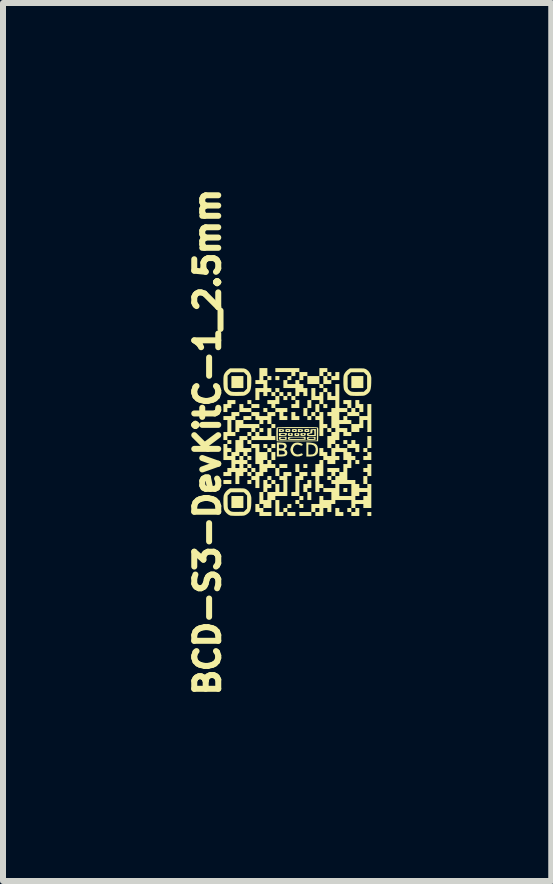
<source format=kicad_pcb>
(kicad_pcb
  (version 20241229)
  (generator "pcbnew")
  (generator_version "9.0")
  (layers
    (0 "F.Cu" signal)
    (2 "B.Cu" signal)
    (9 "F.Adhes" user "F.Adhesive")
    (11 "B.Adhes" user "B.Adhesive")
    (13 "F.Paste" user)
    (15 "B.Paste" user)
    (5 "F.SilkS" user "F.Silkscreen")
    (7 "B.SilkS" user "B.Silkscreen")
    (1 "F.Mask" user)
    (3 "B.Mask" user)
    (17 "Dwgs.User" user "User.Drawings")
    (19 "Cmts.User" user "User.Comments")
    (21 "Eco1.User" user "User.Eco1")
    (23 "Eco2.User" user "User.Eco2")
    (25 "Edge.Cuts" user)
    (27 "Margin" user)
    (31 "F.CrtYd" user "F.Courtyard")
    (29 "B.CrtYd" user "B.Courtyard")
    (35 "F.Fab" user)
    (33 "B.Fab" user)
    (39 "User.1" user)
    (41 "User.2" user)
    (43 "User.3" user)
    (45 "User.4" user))
  (footprint "BCD-S3-DevKitC-1_2.5mm"
    (layer "F.Cu")
    (at 1.908 4.32)
    (property "Reference" "BCD-S3-DevKitC-1_2.5mm" (at -1.499 0 90) (layer "F.SilkS") (effects (font (size 0.4 0.4) (thickness 0.1) (bold yes))))
    (attr board_only exclude_from_pos_files exclude_from_bom)
    (fp_poly (pts (xy -1.1 0.667) (xy -1.1 0.7) (xy -1.167 0.7) (xy -1.233 0.7) (xy -1.233 0.667) (xy -1.233 0.633) (xy -1.167 0.633) (xy -1.1 0.633)) (stroke (width 0) (type solid)) (fill yes) (layer "F.SilkS"))
    (fp_poly (pts (xy -0.9 -1) (xy -0.9 -0.9) (xy -1 -0.9) (xy -1.1 -0.9) (xy -1.1 -1) (xy -1.1 -1.1) (xy -1 -1.1) (xy -0.9 -1.1)) (stroke (width 0) (type solid)) (fill yes) (layer "F.SilkS"))
    (fp_poly (pts (xy -0.9 1) (xy -0.9 1.1) (xy -1 1.1) (xy -1.1 1.1) (xy -1.1 1) (xy -1.1 0.9) (xy -1 0.9) (xy -0.9 0.9)) (stroke (width 0) (type solid)) (fill yes) (layer "F.SilkS"))
    (fp_poly (pts (xy -0.767 -0.667) (xy -0.767 -0.633) (xy -0.8 -0.633) (xy -0.833 -0.633) (xy -0.833 -0.667) (xy -0.833 -0.7) (xy -0.8 -0.7) (xy -0.767 -0.7)) (stroke (width 0) (type solid)) (fill yes) (layer "F.SilkS"))
    (fp_poly (pts (xy -0.767 0.267) (xy -0.767 0.3) (xy -0.8 0.3) (xy -0.833 0.3) (xy -0.833 0.267) (xy -0.833 0.233) (xy -0.8 0.233) (xy -0.767 0.233)) (stroke (width 0) (type solid)) (fill yes) (layer "F.SilkS"))
    (fp_poly (pts (xy -0.767 0.4) (xy -0.767 0.433) (xy -0.8 0.433) (xy -0.833 0.433) (xy -0.833 0.4) (xy -0.833 0.367) (xy -0.8 0.367) (xy -0.767 0.367)) (stroke (width 0) (type solid)) (fill yes) (layer "F.SilkS"))
    (fp_poly (pts (xy -0.7 0.467) (xy -0.7 0.5) (xy -0.733 0.5) (xy -0.767 0.5) (xy -0.767 0.467) (xy -0.767 0.433) (xy -0.733 0.433) (xy -0.7 0.433)) (stroke (width 0) (type solid)) (fill yes) (layer "F.SilkS"))
    (fp_poly (pts (xy -0.567 -0.2) (xy -0.567 -0.167) (xy -0.6 -0.167) (xy -0.633 -0.167) (xy -0.633 -0.2) (xy -0.633 -0.233) (xy -0.6 -0.233) (xy -0.567 -0.233)) (stroke (width 0) (type solid)) (fill yes) (layer "F.SilkS"))
    (fp_poly (pts (xy -0.3 -1.067) (xy -0.3 -1.033) (xy -0.333 -1.033) (xy -0.367 -1.033) (xy -0.367 -1.067) (xy -0.367 -1.1) (xy -0.333 -1.1) (xy -0.3 -1.1)) (stroke (width 0) (type solid)) (fill yes) (layer "F.SilkS"))
    (fp_poly (pts (xy -0.033 1.2) (xy -0.033 1.233) (xy -0.1 1.233) (xy -0.167 1.233) (xy -0.167 1.2) (xy -0.167 1.167) (xy -0.1 1.167) (xy -0.033 1.167)) (stroke (width 0) (type solid)) (fill yes) (layer "F.SilkS"))
    (fp_poly (pts (xy 0.033 0.433) (xy 0.033 0.5) (xy 0 0.5) (xy -0.033 0.5) (xy -0.033 0.433) (xy -0.033 0.367) (xy 0 0.367) (xy 0.033 0.367)) (stroke (width 0) (type solid)) (fill yes) (layer "F.SilkS"))
    (fp_poly (pts (xy 0.1 1.067) (xy 0.1 1.1) (xy 0.067 1.1) (xy 0.033 1.1) (xy 0.033 1.067) (xy 0.033 1.033) (xy 0.067 1.033) (xy 0.1 1.033)) (stroke (width 0) (type solid)) (fill yes) (layer "F.SilkS"))
    (fp_poly (pts (xy 0.167 0.4) (xy 0.167 0.433) (xy 0.133 0.433) (xy 0.1 0.433) (xy 0.1 0.4) (xy 0.1 0.367) (xy 0.133 0.367) (xy 0.167 0.367)) (stroke (width 0) (type solid)) (fill yes) (layer "F.SilkS"))
    (fp_poly (pts (xy 0.233 0.9) (xy 0.233 0.967) (xy 0.2 0.967) (xy 0.167 0.967) (xy 0.167 0.9) (xy 0.167 0.833) (xy 0.2 0.833) (xy 0.233 0.833)) (stroke (width 0) (type solid)) (fill yes) (layer "F.SilkS"))
    (fp_poly (pts (xy 0.367 -0.567) (xy 0.367 -0.5) (xy 0.333 -0.5) (xy 0.3 -0.5) (xy 0.3 -0.567) (xy 0.3 -0.633) (xy 0.333 -0.633) (xy 0.367 -0.633)) (stroke (width 0) (type solid)) (fill yes) (layer "F.SilkS"))
    (fp_poly (pts (xy 0.5 -0.6) (xy 0.5 -0.567) (xy 0.467 -0.567) (xy 0.433 -0.567) (xy 0.433 -0.6) (xy 0.433 -0.633) (xy 0.467 -0.633) (xy 0.5 -0.633)) (stroke (width 0) (type solid)) (fill yes) (layer "F.SilkS"))
    (fp_poly (pts (xy 0.833 0.8) (xy 0.833 0.833) (xy 0.8 0.833) (xy 0.767 0.833) (xy 0.767 0.8) (xy 0.767 0.767) (xy 0.8 0.767) (xy 0.833 0.767)) (stroke (width 0) (type solid)) (fill yes) (layer "F.SilkS"))
    (fp_poly (pts (xy 1.033 0.333) (xy 1.033 0.367) (xy 1 0.367) (xy 0.967 0.367) (xy 0.967 0.333) (xy 0.967 0.3) (xy 1 0.3) (xy 1.033 0.3)) (stroke (width 0) (type solid)) (fill yes) (layer "F.SilkS"))
    (fp_poly (pts (xy 1.1 -1) (xy 1.1 -0.9) (xy 1 -0.9) (xy 0.9 -0.9) (xy 0.9 -1) (xy 0.9 -1.1) (xy 1 -1.1) (xy 1.1 -1.1)) (stroke (width 0) (type solid)) (fill yes) (layer "F.SilkS"))
    (fp_poly (pts (xy 1.233 1.2) (xy 1.233 1.233) (xy 1.2 1.233) (xy 1.167 1.233) (xy 1.167 1.2) (xy 1.167 1.167) (xy 1.2 1.167) (xy 1.233 1.167)) (stroke (width 0) (type solid)) (fill yes) (layer "F.SilkS"))
    (fp_poly (pts (xy -0.033 -0.467) (xy -0.033 -0.433) (xy 0 -0.433) (xy 0.033 -0.433) (xy 0.033 -0.4) (xy 0.033 -0.367) (xy -0.033 -0.367) (xy -0.1 -0.367) (xy -0.1 -0.433) (xy -0.1 -0.5) (xy -0.067 -0.5) (xy -0.033 -0.5)) (stroke (width 0) (type solid)) (fill yes) (layer "F.SilkS"))
    (fp_poly (pts (xy 0.033 -0.633) (xy 0.033 -0.567) (xy -0.033 -0.567) (xy -0.1 -0.567) (xy -0.1 -0.6) (xy -0.1 -0.633) (xy -0.067 -0.633) (xy -0.033 -0.633) (xy -0.033 -0.667) (xy -0.033 -0.7) (xy 0 -0.7) (xy 0.033 -0.7)) (stroke (width 0) (type solid)) (fill yes) (layer "F.SilkS"))
    (fp_poly (pts (xy 0.7 1.133) (xy 0.7 1.167) (xy 0.733 1.167) (xy 0.767 1.167) (xy 0.767 1.2) (xy 0.767 1.233) (xy 0.7 1.233) (xy 0.633 1.233) (xy 0.633 1.167) (xy 0.633 1.1) (xy 0.667 1.1) (xy 0.7 1.1)) (stroke (width 0) (type solid)) (fill yes) (layer "F.SilkS"))
    (fp_poly (pts (xy 1.233 0.233) (xy 1.233 0.3) (xy 1.167 0.3) (xy 1.1 0.3) (xy 1.1 0.267) (xy 1.1 0.233) (xy 1.133 0.233) (xy 1.167 0.233) (xy 1.167 0.2) (xy 1.167 0.167) (xy 1.2 0.167) (xy 1.233 0.167)) (stroke (width 0) (type solid)) (fill yes) (layer "F.SilkS"))
    (fp_poly (pts (xy 0.1 0.933) (xy 0.1 0.967) (xy 0.067 0.967) (xy 0.033 0.967) (xy 0.033 1) (xy 0.033 1.033) (xy 0 1.033) (xy -0.033 1.033) (xy -0.033 1) (xy -0.033 0.967) (xy 0 0.967) (xy 0.033 0.967) (xy 0.033 0.933) (xy 0.033 0.9) (xy 0.067 0.9) (xy 0.1 0.9)) (stroke (width 0) (type solid)) (fill yes) (layer "F.SilkS"))
    (fp_poly (pts (xy 0.233 0.7) (xy 0.233 0.767) (xy 0.2 0.767) (xy 0.167 0.767) (xy 0.167 0.8) (xy 0.167 0.833) (xy 0.133 0.833) (xy 0.1 0.833) (xy 0.1 0.767) (xy 0.1 0.7) (xy 0.133 0.7) (xy 0.167 0.7) (xy 0.167 0.667) (xy 0.167 0.633) (xy 0.2 0.633) (xy 0.233 0.633)) (stroke (width 0) (type solid)) (fill yes) (layer "F.SilkS"))
    (fp_poly (pts (xy 1.233 0) (xy 1.233 0.1) (xy 1.2 0.1) (xy 1.167 0.1) (xy 1.167 0.133) (xy 1.167 0.167) (xy 1.133 0.167) (xy 1.1 0.167) (xy 1.1 0.133) (xy 1.1 0.1) (xy 1.133 0.1) (xy 1.167 0.1) (xy 1.167 0) (xy 1.167 -0.1) (xy 1.2 -0.1) (xy 1.233 -0.1)) (stroke (width 0) (type solid)) (fill yes) (layer "F.SilkS"))
    (fp_poly (pts (xy -1.033 -0.667) (xy -1.033 -0.633) (xy -1.067 -0.633) (xy -1.1 -0.633) (xy -1.1 -0.6) (xy -1.1 -0.567) (xy -1.133 -0.567) (xy -1.167 -0.567) (xy -1.167 -0.533) (xy -1.167 -0.5) (xy -1.2 -0.5) (xy -1.233 -0.5) (xy -1.233 -0.567) (xy -1.233 -0.633) (xy -1.2 -0.633) (xy -1.167 -0.633) (xy -1.167 -0.667) (xy -1.167 -0.7) (xy -1.1 -0.7) (xy -1.033 -0.7)) (stroke (width 0) (type solid)) (fill yes) (layer "F.SilkS"))
    (fp_poly (pts (xy -0.265 -0.215) (xy -0.239 -0.213) (xy -0.226 -0.209) (xy -0.221 -0.2) (xy -0.221 -0.192) (xy -0.222 -0.179) (xy -0.229 -0.173) (xy -0.246 -0.17) (xy -0.265 -0.168) (xy -0.308 -0.166) (xy -0.308 -0.192) (xy -0.283 -0.192) (xy -0.276 -0.185) (xy -0.267 -0.183) (xy -0.253 -0.187) (xy -0.25 -0.192) (xy -0.257 -0.198) (xy -0.267 -0.2) (xy -0.28 -0.197) (xy -0.283 -0.192) (xy -0.308 -0.192) (xy -0.308 -0.218)) (stroke (width 0) (type solid)) (fill yes) (layer "F.SilkS"))
    (fp_poly (pts (xy 0.052 -0.215) (xy 0.078 -0.213) (xy 0.091 -0.209) (xy 0.095 -0.2) (xy 0.096 -0.192) (xy 0.094 -0.179) (xy 0.087 -0.173) (xy 0.07 -0.17) (xy 0.052 -0.168) (xy 0.008 -0.166) (xy 0.008 -0.192) (xy 0.033 -0.192) (xy 0.04 -0.185) (xy 0.05 -0.183) (xy 0.064 -0.187) (xy 0.067 -0.192) (xy 0.06 -0.198) (xy 0.05 -0.2) (xy 0.036 -0.197) (xy 0.033 -0.192) (xy 0.008 -0.192) (xy 0.008 -0.218)) (stroke (width 0) (type solid)) (fill yes) (layer "F.SilkS"))
    (fp_poly (pts (xy 0.167 0.533) (xy 0.167 0.567) (xy 0.133 0.567) (xy 0.1 0.567) (xy 0.1 0.6) (xy 0.1 0.633) (xy 0.067 0.633) (xy 0.033 0.633) (xy 0.033 0.767) (xy 0.033 0.9) (xy -0.033 0.9) (xy -0.1 0.9) (xy -0.1 0.867) (xy -0.1 0.833) (xy -0.067 0.833) (xy -0.033 0.833) (xy -0.033 0.7) (xy -0.033 0.567) (xy 0 0.567) (xy 0.033 0.567) (xy 0.033 0.533) (xy 0.033 0.5) (xy 0.1 0.5) (xy 0.167 0.5)) (stroke (width 0) (type solid)) (fill yes) (layer "F.SilkS"))
    (fp_poly (pts (xy 0.7 0.467) (xy 0.7 0.5) (xy 0.667 0.5) (xy 0.633 0.5) (xy 0.633 0.533) (xy 0.633 0.567) (xy 0.6 0.567) (xy 0.567 0.567) (xy 0.567 0.6) (xy 0.567 0.633) (xy 0.533 0.633) (xy 0.5 0.633) (xy 0.5 0.6) (xy 0.5 0.567) (xy 0.533 0.567) (xy 0.567 0.567) (xy 0.567 0.533) (xy 0.567 0.5) (xy 0.533 0.5) (xy 0.5 0.5) (xy 0.5 0.467) (xy 0.5 0.433) (xy 0.6 0.433) (xy 0.7 0.433)) (stroke (width 0) (type solid)) (fill yes) (layer "F.SilkS"))
    (fp_poly (pts (xy 1.233 0.467) (xy 1.233 0.567) (xy 1.2 0.567) (xy 1.167 0.567) (xy 1.167 0.633) (xy 1.167 0.7) (xy 1.133 0.7) (xy 1.1 0.7) (xy 1.1 0.633) (xy 1.1 0.567) (xy 1.133 0.567) (xy 1.167 0.567) (xy 1.167 0.533) (xy 1.167 0.5) (xy 1.133 0.5) (xy 1.1 0.5) (xy 1.1 0.467) (xy 1.1 0.433) (xy 1.133 0.433) (xy 1.167 0.433) (xy 1.167 0.4) (xy 1.167 0.367) (xy 1.2 0.367) (xy 1.233 0.367)) (stroke (width 0) (type solid)) (fill yes) (layer "F.SilkS"))
    (fp_poly (pts (xy -0.177 -0.127) (xy -0.179 -0.116) (xy -0.184 -0.109) (xy -0.196 -0.105) (xy -0.218 -0.103) (xy -0.244 -0.102) (xy -0.308 -0.099) (xy -0.308 -0.125) (xy -0.308 -0.127) (xy -0.281 -0.127) (xy -0.278 -0.121) (xy -0.261 -0.117) (xy -0.242 -0.117) (xy -0.215 -0.118) (xy -0.203 -0.122) (xy -0.202 -0.127) (xy -0.212 -0.134) (xy -0.235 -0.137) (xy -0.242 -0.138) (xy -0.266 -0.135) (xy -0.28 -0.129) (xy -0.281 -0.127) (xy -0.308 -0.127) (xy -0.308 -0.15) (xy -0.241 -0.15) (xy -0.174 -0.15)) (stroke (width 0) (type solid)) (fill yes) (layer "F.SilkS"))
    (fp_poly (pts (xy -0.134 -0.216) (xy -0.121 -0.213) (xy -0.117 -0.204) (xy -0.117 -0.192) (xy -0.118 -0.177) (xy -0.123 -0.169) (xy -0.138 -0.167) (xy -0.158 -0.167) (xy -0.183 -0.167) (xy -0.195 -0.171) (xy -0.2 -0.179) (xy -0.2 -0.192) (xy -0.175 -0.192) (xy -0.168 -0.185) (xy -0.158 -0.183) (xy -0.145 -0.187) (xy -0.142 -0.192) (xy -0.149 -0.198) (xy -0.158 -0.2) (xy -0.172 -0.197) (xy -0.175 -0.192) (xy -0.2 -0.192) (xy -0.199 -0.206) (xy -0.193 -0.214) (xy -0.179 -0.216) (xy -0.158 -0.217)) (stroke (width 0) (type solid)) (fill yes) (layer "F.SilkS"))
    (fp_poly (pts (xy -0.025 -0.216) (xy -0.013 -0.213) (xy -0.009 -0.204) (xy -0.008 -0.192) (xy -0.009 -0.177) (xy -0.015 -0.169) (xy -0.029 -0.167) (xy -0.05 -0.167) (xy -0.075 -0.167) (xy -0.087 -0.171) (xy -0.091 -0.179) (xy -0.092 -0.192) (xy -0.067 -0.192) (xy -0.06 -0.185) (xy -0.05 -0.183) (xy -0.036 -0.187) (xy -0.033 -0.192) (xy -0.04 -0.198) (xy -0.05 -0.2) (xy -0.064 -0.197) (xy -0.067 -0.192) (xy -0.092 -0.192) (xy -0.091 -0.206) (xy -0.085 -0.214) (xy -0.071 -0.216) (xy -0.05 -0.217)) (stroke (width 0) (type solid)) (fill yes) (layer "F.SilkS"))
    (fp_poly (pts (xy 0.183 -0.216) (xy 0.195 -0.213) (xy 0.2 -0.204) (xy 0.2 -0.192) (xy 0.199 -0.177) (xy 0.193 -0.169) (xy 0.179 -0.167) (xy 0.158 -0.167) (xy 0.134 -0.167) (xy 0.121 -0.171) (xy 0.117 -0.179) (xy 0.117 -0.192) (xy 0.142 -0.192) (xy 0.149 -0.185) (xy 0.158 -0.183) (xy 0.172 -0.187) (xy 0.175 -0.192) (xy 0.168 -0.198) (xy 0.158 -0.2) (xy 0.145 -0.197) (xy 0.142 -0.192) (xy 0.117 -0.192) (xy 0.118 -0.206) (xy 0.123 -0.214) (xy 0.138 -0.216) (xy 0.158 -0.217)) (stroke (width 0) (type solid)) (fill yes) (layer "F.SilkS"))
    (fp_poly (pts (xy -0.092 -0.149) (xy -0.08 -0.146) (xy -0.075 -0.137) (xy -0.075 -0.125) (xy -0.076 -0.11) (xy -0.082 -0.103) (xy -0.096 -0.1) (xy -0.117 -0.1) (xy -0.141 -0.101) (xy -0.154 -0.104) (xy -0.158 -0.113) (xy -0.158 -0.125) (xy -0.158 -0.129) (xy -0.133 -0.129) (xy -0.126 -0.119) (xy -0.117 -0.117) (xy -0.103 -0.122) (xy -0.1 -0.129) (xy -0.107 -0.139) (xy -0.117 -0.142) (xy -0.13 -0.136) (xy -0.133 -0.129) (xy -0.158 -0.129) (xy -0.157 -0.14) (xy -0.152 -0.147) (xy -0.137 -0.15) (xy -0.117 -0.15)) (stroke (width 0) (type solid)) (fill yes) (layer "F.SilkS"))
    (fp_poly (pts (xy 0.016 -0.149) (xy 0.029 -0.146) (xy 0.033 -0.137) (xy 0.033 -0.125) (xy 0.032 -0.11) (xy 0.027 -0.103) (xy 0.012 -0.1) (xy -0.008 -0.1) (xy -0.033 -0.101) (xy -0.045 -0.104) (xy -0.05 -0.113) (xy -0.05 -0.125) (xy -0.05 -0.129) (xy -0.025 -0.129) (xy -0.018 -0.119) (xy -0.008 -0.117) (xy 0.005 -0.122) (xy 0.008 -0.129) (xy 0.001 -0.139) (xy -0.008 -0.142) (xy -0.022 -0.136) (xy -0.025 -0.129) (xy -0.05 -0.129) (xy -0.049 -0.14) (xy -0.043 -0.147) (xy -0.029 -0.15) (xy -0.008 -0.15)) (stroke (width 0) (type solid)) (fill yes) (layer "F.SilkS"))
    (fp_poly (pts (xy -0.3 1.067) (xy -0.3 1.167) (xy -0.267 1.167) (xy -0.233 1.167) (xy -0.233 1.133) (xy -0.233 1.1) (xy -0.2 1.1) (xy -0.167 1.1) (xy -0.167 1.067) (xy -0.167 1.033) (xy -0.133 1.033) (xy -0.1 1.033) (xy -0.1 1.067) (xy -0.1 1.1) (xy -0.133 1.1) (xy -0.167 1.1) (xy -0.167 1.133) (xy -0.167 1.167) (xy -0.2 1.167) (xy -0.233 1.167) (xy -0.233 1.2) (xy -0.233 1.233) (xy -0.3 1.233) (xy -0.367 1.233) (xy -0.367 1.1) (xy -0.367 0.967) (xy -0.333 0.967) (xy -0.3 0.967)) (stroke (width 0) (type solid)) (fill yes) (layer "F.SilkS"))
    (fp_poly (pts (xy -0.179 -0.062) (xy -0.179 -0.037) (xy -0.24 -0.035) (xy -0.273 -0.034) (xy -0.293 -0.036) (xy -0.303 -0.041) (xy -0.305 -0.045) (xy -0.307 -0.062) (xy -0.283 -0.062) (xy -0.279 -0.055) (xy -0.263 -0.051) (xy -0.242 -0.05) (xy -0.215 -0.051) (xy -0.203 -0.056) (xy -0.2 -0.062) (xy -0.204 -0.07) (xy -0.22 -0.074) (xy -0.242 -0.075) (xy -0.268 -0.074) (xy -0.281 -0.069) (xy -0.283 -0.062) (xy -0.307 -0.062) (xy -0.308 -0.064) (xy -0.307 -0.072) (xy -0.303 -0.08) (xy -0.293 -0.085) (xy -0.274 -0.087) (xy -0.242 -0.087) (xy -0.179 -0.087)) (stroke (width 0) (type solid)) (fill yes) (layer "F.SilkS"))
    (fp_poly (pts (xy 0.123 -0.15) (xy 0.136 -0.147) (xy 0.141 -0.14) (xy 0.14 -0.128) (xy 0.14 -0.127) (xy 0.137 -0.113) (xy 0.128 -0.106) (xy 0.109 -0.102) (xy 0.1 -0.102) (xy 0.076 -0.101) (xy 0.059 -0.104) (xy 0.056 -0.105) (xy 0.051 -0.117) (xy 0.05 -0.13) (xy 0.083 -0.13) (xy 0.09 -0.119) (xy 0.101 -0.117) (xy 0.113 -0.121) (xy 0.115 -0.127) (xy 0.106 -0.137) (xy 0.093 -0.14) (xy 0.084 -0.134) (xy 0.083 -0.13) (xy 0.05 -0.13) (xy 0.05 -0.131) (xy 0.051 -0.142) (xy 0.058 -0.147) (xy 0.074 -0.15) (xy 0.096 -0.15)) (stroke (width 0) (type solid)) (fill yes) (layer "F.SilkS"))
    (fp_poly (pts (xy 0.21 0.01) (xy 0.261 0.017) (xy 0.298 0.029) (xy 0.322 0.049) (xy 0.334 0.068) (xy 0.342 0.099) (xy 0.344 0.135) (xy 0.341 0.169) (xy 0.334 0.191) (xy 0.311 0.217) (xy 0.277 0.234) (xy 0.229 0.241) (xy 0.21 0.242) (xy 0.15 0.242) (xy 0.15 0.125) (xy 0.183 0.125) (xy 0.183 0.208) (xy 0.223 0.208) (xy 0.257 0.205) (xy 0.279 0.194) (xy 0.281 0.192) (xy 0.296 0.172) (xy 0.304 0.15) (xy 0.306 0.11) (xy 0.294 0.077) (xy 0.27 0.054) (xy 0.235 0.043) (xy 0.22 0.042) (xy 0.183 0.042) (xy 0.183 0.125) (xy 0.15 0.125) (xy 0.15 0.124) (xy 0.15 0.006)) (stroke (width 0) (type solid)) (fill yes) (layer "F.SilkS"))
    (fp_poly (pts (xy 0.304 -0.062) (xy 0.304 -0.037) (xy 0.235 -0.035) (xy 0.2 -0.034) (xy 0.178 -0.036) (xy 0.166 -0.04) (xy 0.162 -0.045) (xy 0.159 -0.062) (xy 0.183 -0.062) (xy 0.187 -0.055) (xy 0.201 -0.051) (xy 0.227 -0.05) (xy 0.233 -0.05) (xy 0.262 -0.051) (xy 0.278 -0.054) (xy 0.283 -0.061) (xy 0.283 -0.062) (xy 0.279 -0.07) (xy 0.266 -0.074) (xy 0.239 -0.075) (xy 0.233 -0.075) (xy 0.204 -0.074) (xy 0.189 -0.071) (xy 0.183 -0.064) (xy 0.183 -0.062) (xy 0.159 -0.062) (xy 0.159 -0.064) (xy 0.16 -0.072) (xy 0.163 -0.08) (xy 0.172 -0.084) (xy 0.19 -0.087) (xy 0.22 -0.087) (xy 0.233 -0.087) (xy 0.304 -0.087)) (stroke (width 0) (type solid)) (fill yes) (layer "F.SilkS"))
    (fp_poly (pts (xy 0.053 0.018) (xy 0.063 0.022) (xy 0.084 0.034) (xy 0.091 0.044) (xy 0.084 0.054) (xy 0.08 0.057) (xy 0.067 0.062) (xy 0.049 0.056) (xy 0.045 0.054) (xy 0.009 0.043) (xy -0.024 0.046) (xy -0.05 0.065) (xy -0.066 0.091) (xy -0.074 0.127) (xy -0.067 0.159) (xy -0.05 0.185) (xy -0.024 0.202) (xy 0.007 0.208) (xy 0.041 0.2) (xy 0.05 0.196) (xy 0.07 0.189) (xy 0.081 0.193) (xy 0.091 0.206) (xy 0.086 0.217) (xy 0.067 0.229) (xy 0.034 0.239) (xy -0.006 0.241) (xy -0.043 0.235) (xy -0.063 0.226) (xy -0.089 0.202) (xy -0.108 0.169) (xy -0.116 0.134) (xy -0.117 0.128) (xy -0.111 0.097) (xy -0.096 0.064) (xy -0.075 0.036) (xy -0.059 0.023) (xy -0.026 0.011) (xy 0.014 0.009)) (stroke (width 0) (type solid)) (fill yes) (layer "F.SilkS"))
    (fp_poly (pts (xy -0.767 -0.4) (xy -0.767 -0.367) (xy -0.833 -0.367) (xy -0.9 -0.367) (xy -0.9 -0.333) (xy -0.9 -0.3) (xy -0.767 -0.3) (xy -0.633 -0.3) (xy -0.633 -0.267) (xy -0.633 -0.233) (xy -0.667 -0.233) (xy -0.7 -0.233) (xy -0.7 -0.2) (xy -0.7 -0.167) (xy -0.733 -0.167) (xy -0.767 -0.167) (xy -0.767 -0.133) (xy -0.767 -0.1) (xy -0.8 -0.1) (xy -0.833 -0.1) (xy -0.833 -0.133) (xy -0.833 -0.167) (xy -0.8 -0.167) (xy -0.767 -0.167) (xy -0.767 -0.2) (xy -0.767 -0.233) (xy -0.867 -0.233) (xy -0.967 -0.233) (xy -0.967 -0.2) (xy -0.967 -0.167) (xy -1 -0.167) (xy -1.033 -0.167) (xy -1.033 -0.267) (xy -1.033 -0.367) (xy -0.967 -0.367) (xy -0.9 -0.367) (xy -0.9 -0.4) (xy -0.9 -0.433) (xy -0.833 -0.433) (xy -0.767 -0.433)) (stroke (width 0) (type solid)) (fill yes) (layer "F.SilkS"))
    (fp_poly (pts (xy -0.367 -0.267) (xy -0.367 -0.233) (xy -0.4 -0.233) (xy -0.433 -0.233) (xy -0.433 -0.167) (xy -0.433 -0.1) (xy -0.4 -0.1) (xy -0.367 -0.1) (xy -0.367 -0.067) (xy -0.367 -0.033) (xy -0.567 -0.033) (xy -0.767 -0.033) (xy -0.767 0) (xy -0.767 0.033) (xy -0.8 0.033) (xy -0.833 0.033) (xy -0.833 0) (xy -0.833 -0.033) (xy -0.8 -0.033) (xy -0.767 -0.033) (xy -0.767 -0.067) (xy -0.767 -0.1) (xy -0.733 -0.1) (xy -0.7 -0.1) (xy -0.7 -0.133) (xy -0.7 -0.167) (xy -0.667 -0.167) (xy -0.633 -0.167) (xy -0.633 -0.133) (xy -0.633 -0.1) (xy -0.567 -0.1) (xy -0.5 -0.1) (xy -0.5 -0.167) (xy -0.5 -0.233) (xy -0.467 -0.233) (xy -0.433 -0.233) (xy -0.433 -0.267) (xy -0.433 -0.3) (xy -0.4 -0.3) (xy -0.367 -0.3)) (stroke (width 0) (type solid)) (fill yes) (layer "F.SilkS"))
    (fp_poly (pts (xy 0.308 -0.159) (xy 0.308 -0.1) (xy 0.239 -0.1) (xy 0.206 -0.101) (xy 0.18 -0.102) (xy 0.166 -0.105) (xy 0.164 -0.106) (xy 0.16 -0.117) (xy 0.159 -0.127) (xy 0.185 -0.127) (xy 0.189 -0.121) (xy 0.204 -0.118) (xy 0.233 -0.117) (xy 0.283 -0.117) (xy 0.283 -0.158) (xy 0.282 -0.183) (xy 0.279 -0.196) (xy 0.271 -0.2) (xy 0.267 -0.2) (xy 0.255 -0.197) (xy 0.25 -0.184) (xy 0.25 -0.171) (xy 0.249 -0.152) (xy 0.241 -0.144) (xy 0.223 -0.14) (xy 0.219 -0.14) (xy 0.198 -0.136) (xy 0.186 -0.129) (xy 0.185 -0.127) (xy 0.159 -0.127) (xy 0.158 -0.131) (xy 0.161 -0.144) (xy 0.172 -0.149) (xy 0.187 -0.15) (xy 0.206 -0.151) (xy 0.215 -0.159) (xy 0.218 -0.177) (xy 0.218 -0.181) (xy 0.221 -0.212) (xy 0.265 -0.215) (xy 0.308 -0.218)) (stroke (width 0) (type solid)) (fill yes) (layer "F.SilkS"))
    (fp_poly (pts (xy 0.138 -0.062) (xy 0.138 -0.037) (xy -0.006 -0.035) (xy -0.06 -0.035) (xy -0.099 -0.035) (xy -0.126 -0.036) (xy -0.143 -0.038) (xy -0.152 -0.041) (xy -0.155 -0.045) (xy -0.157 -0.062) (xy -0.133 -0.062) (xy -0.131 -0.058) (xy -0.123 -0.054) (xy -0.106 -0.052) (xy -0.079 -0.051) (xy -0.038 -0.05) (xy -0.008 -0.05) (xy 0.041 -0.05) (xy 0.075 -0.051) (xy 0.098 -0.053) (xy 0.111 -0.055) (xy 0.116 -0.06) (xy 0.117 -0.062) (xy 0.114 -0.067) (xy 0.106 -0.071) (xy 0.089 -0.073) (xy 0.062 -0.074) (xy 0.021 -0.075) (xy -0.008 -0.075) (xy -0.057 -0.075) (xy -0.092 -0.074) (xy -0.114 -0.072) (xy -0.127 -0.07) (xy -0.133 -0.065) (xy -0.133 -0.062) (xy -0.157 -0.062) (xy -0.158 -0.064) (xy -0.157 -0.072) (xy -0.155 -0.078) (xy -0.149 -0.082) (xy -0.137 -0.085) (xy -0.117 -0.086) (xy -0.086 -0.087) (xy -0.043 -0.087) (xy -0.008 -0.087) (xy 0.138 -0.087)) (stroke (width 0) (type solid)) (fill yes) (layer "F.SilkS"))
    (fp_poly (pts (xy 0.047 -0.25) (xy 0.111 -0.249) (xy 0.171 -0.249) (xy 0.225 -0.248) (xy 0.27 -0.248) (xy 0.305 -0.247) (xy 0.326 -0.245) (xy 0.331 -0.245) (xy 0.339 -0.242) (xy 0.344 -0.237) (xy 0.347 -0.228) (xy 0.349 -0.21) (xy 0.349 -0.182) (xy 0.348 -0.142) (xy 0.348 -0.126) (xy 0.346 -0.013) (xy 0.004 -0.01) (xy -0.07 -0.01) (xy -0.139 -0.01) (xy -0.201 -0.01) (xy -0.254 -0.011) (xy -0.296 -0.011) (xy -0.326 -0.012) (xy -0.342 -0.013) (xy -0.344 -0.014) (xy -0.346 -0.024) (xy -0.348 -0.047) (xy -0.349 -0.081) (xy -0.35 -0.121) (xy -0.35 -0.129) (xy -0.325 -0.129) (xy -0.325 -0.025) (xy 0 -0.025) (xy 0.325 -0.025) (xy 0.325 -0.129) (xy 0.325 -0.233) (xy 0 -0.233) (xy -0.325 -0.233) (xy -0.325 -0.129) (xy -0.35 -0.129) (xy -0.35 -0.13) (xy -0.35 -0.174) (xy -0.349 -0.205) (xy -0.348 -0.225) (xy -0.345 -0.236) (xy -0.34 -0.242) (xy -0.332 -0.244) (xy -0.331 -0.245) (xy -0.318 -0.246) (xy -0.291 -0.247) (xy -0.251 -0.248) (xy -0.202 -0.249) (xy -0.145 -0.249) (xy -0.083 -0.25) (xy -0.018 -0.25)) (stroke (width 0) (type solid)) (fill yes) (layer "F.SilkS"))
    (fp_poly (pts (xy -0.9 -0.6) (xy -0.9 -0.567) (xy -0.833 -0.567) (xy -0.767 -0.567) (xy -0.767 -0.6) (xy -0.767 -0.633) (xy -0.7 -0.633) (xy -0.633 -0.633) (xy -0.633 -0.6) (xy -0.633 -0.567) (xy -0.7 -0.567) (xy -0.767 -0.567) (xy -0.767 -0.533) (xy -0.767 -0.5) (xy -0.867 -0.5) (xy -0.967 -0.5) (xy -0.967 -0.467) (xy -0.967 -0.433) (xy -1 -0.433) (xy -1.033 -0.433) (xy -1.033 -0.4) (xy -1.033 -0.367) (xy -1.067 -0.367) (xy -1.1 -0.367) (xy -1.1 -0.267) (xy -1.1 -0.167) (xy -1.067 -0.167) (xy -1.033 -0.167) (xy -1.033 -0.133) (xy -1.033 -0.1) (xy -1.1 -0.1) (xy -1.167 -0.1) (xy -1.167 -0.067) (xy -1.167 -0.033) (xy -1.2 -0.033) (xy -1.233 -0.033) (xy -1.233 -0.1) (xy -1.233 -0.167) (xy -1.2 -0.167) (xy -1.167 -0.167) (xy -1.167 -0.267) (xy -1.167 -0.367) (xy -1.2 -0.367) (xy -1.233 -0.367) (xy -1.233 -0.4) (xy -1.233 -0.433) (xy -1.167 -0.433) (xy -1.1 -0.433) (xy -1.1 -0.467) (xy -1.1 -0.5) (xy -1.033 -0.5) (xy -0.967 -0.5) (xy -0.967 -0.567) (xy -0.967 -0.633) (xy -0.933 -0.633) (xy -0.9 -0.633)) (stroke (width 0) (type solid)) (fill yes) (layer "F.SilkS"))
    (fp_poly (pts (xy -0.274 0.01) (xy -0.238 0.013) (xy -0.216 0.017) (xy -0.201 0.023) (xy -0.191 0.032) (xy -0.19 0.033) (xy -0.177 0.06) (xy -0.179 0.086) (xy -0.197 0.108) (xy -0.209 0.12) (xy -0.208 0.125) (xy -0.207 0.125) (xy -0.189 0.132) (xy -0.174 0.151) (xy -0.167 0.176) (xy -0.167 0.181) (xy -0.172 0.208) (xy -0.189 0.226) (xy -0.218 0.237) (xy -0.262 0.241) (xy -0.276 0.242) (xy -0.342 0.242) (xy -0.342 0.175) (xy -0.308 0.175) (xy -0.308 0.209) (xy -0.26 0.207) (xy -0.233 0.205) (xy -0.218 0.201) (xy -0.212 0.193) (xy -0.21 0.184) (xy -0.213 0.162) (xy -0.232 0.148) (xy -0.264 0.142) (xy -0.272 0.142) (xy -0.308 0.142) (xy -0.308 0.175) (xy -0.342 0.175) (xy -0.342 0.124) (xy -0.342 0.075) (xy -0.308 0.075) (xy -0.307 0.096) (xy -0.302 0.106) (xy -0.288 0.108) (xy -0.279 0.108) (xy -0.254 0.106) (xy -0.234 0.1) (xy -0.233 0.1) (xy -0.219 0.084) (xy -0.219 0.065) (xy -0.227 0.052) (xy -0.241 0.045) (xy -0.264 0.042) (xy -0.273 0.042) (xy -0.308 0.042) (xy -0.308 0.075) (xy -0.342 0.075) (xy -0.342 0.006)) (stroke (width 0) (type solid)) (fill yes) (layer "F.SilkS"))
    (fp_poly (pts (xy -0.5 -0.533) (xy -0.5 -0.5) (xy -0.433 -0.5) (xy -0.367 -0.5) (xy -0.367 -0.533) (xy -0.367 -0.567) (xy -0.267 -0.567) (xy -0.167 -0.567) (xy -0.167 -0.533) (xy -0.167 -0.5) (xy -0.2 -0.5) (xy -0.233 -0.5) (xy -0.233 -0.467) (xy -0.233 -0.433) (xy -0.2 -0.433) (xy -0.167 -0.433) (xy -0.167 -0.4) (xy -0.167 -0.367) (xy -0.233 -0.367) (xy -0.3 -0.367) (xy -0.3 -0.433) (xy -0.3 -0.5) (xy -0.333 -0.5) (xy -0.367 -0.5) (xy -0.367 -0.467) (xy -0.367 -0.433) (xy -0.4 -0.433) (xy -0.433 -0.433) (xy -0.433 -0.367) (xy -0.433 -0.3) (xy -0.467 -0.3) (xy -0.5 -0.3) (xy -0.5 -0.333) (xy -0.5 -0.367) (xy -0.533 -0.367) (xy -0.567 -0.367) (xy -0.567 -0.333) (xy -0.567 -0.3) (xy -0.6 -0.3) (xy -0.633 -0.3) (xy -0.633 -0.333) (xy -0.633 -0.367) (xy -0.667 -0.367) (xy -0.7 -0.367) (xy -0.7 -0.4) (xy -0.7 -0.433) (xy -0.733 -0.433) (xy -0.767 -0.433) (xy -0.767 -0.467) (xy -0.767 -0.5) (xy -0.7 -0.5) (xy -0.633 -0.5) (xy -0.633 -0.467) (xy -0.633 -0.433) (xy -0.567 -0.433) (xy -0.5 -0.433) (xy -0.5 -0.467) (xy -0.5 -0.5) (xy -0.533 -0.5) (xy -0.567 -0.5) (xy -0.567 -0.533) (xy -0.567 -0.567) (xy -0.533 -0.567) (xy -0.5 -0.567)) (stroke (width 0) (type solid)) (fill yes) (layer "F.SilkS"))
    (fp_poly (pts (xy -0.954 -1.229) (xy -0.919 -1.228) (xy -0.895 -1.227) (xy -0.878 -1.223) (xy -0.864 -1.218) (xy -0.851 -1.211) (xy -0.843 -1.206) (xy -0.814 -1.181) (xy -0.791 -1.148) (xy -0.786 -1.137) (xy -0.777 -1.116) (xy -0.772 -1.098) (xy -0.768 -1.077) (xy -0.767 -1.05) (xy -0.768 -1.012) (xy -0.768 -0.989) (xy -0.771 -0.933) (xy -0.777 -0.889) (xy -0.787 -0.856) (xy -0.803 -0.83) (xy -0.825 -0.808) (xy -0.842 -0.796) (xy -0.858 -0.786) (xy -0.872 -0.779) (xy -0.888 -0.774) (xy -0.91 -0.771) (xy -0.941 -0.77) (xy -0.985 -0.769) (xy -0.988 -0.769) (xy -1.031 -0.769) (xy -1.071 -0.77) (xy -1.103 -0.772) (xy -1.122 -0.775) (xy -1.123 -0.776) (xy -1.153 -0.791) (xy -1.183 -0.817) (xy -1.208 -0.847) (xy -1.224 -0.878) (xy -1.224 -0.881) (xy -1.228 -0.902) (xy -1.231 -0.935) (xy -1.233 -0.975) (xy -1.233 -1.009) (xy -1.233 -1.053) (xy -1.231 -1.084) (xy -1.228 -1.106) (xy -1.228 -1.108) (xy -1.163 -1.108) (xy -1.163 -1.001) (xy -1.162 -0.956) (xy -1.162 -0.925) (xy -1.159 -0.904) (xy -1.156 -0.89) (xy -1.15 -0.88) (xy -1.142 -0.871) (xy -1.126 -0.856) (xy -1.111 -0.845) (xy -1.091 -0.839) (xy -1.064 -0.836) (xy -1.027 -0.835) (xy -0.99 -0.836) (xy -0.892 -0.838) (xy -0.865 -0.865) (xy -0.838 -0.892) (xy -0.838 -1) (xy -0.838 -1.108) (xy -0.865 -1.135) (xy -0.892 -1.163) (xy -1 -1.163) (xy -1.108 -1.163) (xy -1.135 -1.135) (xy -1.163 -1.108) (xy -1.228 -1.108) (xy -1.222 -1.124) (xy -1.214 -1.142) (xy -1.195 -1.17) (xy -1.169 -1.196) (xy -1.159 -1.204) (xy -1.124 -1.229) (xy -1.001 -1.229)) (stroke (width 0) (type solid)) (fill yes) (layer "F.SilkS"))
    (fp_poly (pts (xy -0.954 0.771) (xy -0.919 0.772) (xy -0.895 0.773) (xy -0.878 0.777) (xy -0.864 0.782) (xy -0.851 0.789) (xy -0.843 0.794) (xy -0.814 0.819) (xy -0.791 0.852) (xy -0.786 0.863) (xy -0.777 0.884) (xy -0.772 0.902) (xy -0.768 0.923) (xy -0.767 0.95) (xy -0.768 0.988) (xy -0.768 1.011) (xy -0.771 1.067) (xy -0.777 1.111) (xy -0.787 1.144) (xy -0.803 1.17) (xy -0.825 1.192) (xy -0.842 1.204) (xy -0.858 1.214) (xy -0.872 1.221) (xy -0.888 1.226) (xy -0.91 1.229) (xy -0.941 1.23) (xy -0.985 1.231) (xy -0.988 1.231) (xy -1.031 1.231) (xy -1.071 1.23) (xy -1.103 1.228) (xy -1.122 1.225) (xy -1.123 1.224) (xy -1.153 1.209) (xy -1.183 1.183) (xy -1.208 1.153) (xy -1.224 1.122) (xy -1.224 1.119) (xy -1.228 1.098) (xy -1.231 1.065) (xy -1.233 1.025) (xy -1.233 0.991) (xy -1.233 0.947) (xy -1.231 0.916) (xy -1.228 0.894) (xy -1.228 0.892) (xy -1.163 0.892) (xy -1.163 0.999) (xy -1.162 1.044) (xy -1.162 1.075) (xy -1.159 1.096) (xy -1.156 1.11) (xy -1.15 1.12) (xy -1.142 1.129) (xy -1.126 1.144) (xy -1.111 1.155) (xy -1.091 1.161) (xy -1.064 1.164) (xy -1.027 1.165) (xy -0.99 1.164) (xy -0.892 1.163) (xy -0.865 1.135) (xy -0.838 1.108) (xy -0.838 1) (xy -0.838 0.892) (xy -0.865 0.865) (xy -0.892 0.838) (xy -1 0.838) (xy -1.108 0.838) (xy -1.135 0.865) (xy -1.163 0.892) (xy -1.228 0.892) (xy -1.222 0.876) (xy -1.214 0.858) (xy -1.195 0.83) (xy -1.169 0.804) (xy -1.159 0.796) (xy -1.124 0.771) (xy -1.001 0.771)) (stroke (width 0) (type solid)) (fill yes) (layer "F.SilkS"))
    (fp_poly (pts (xy 1.046 -1.229) (xy 1.081 -1.228) (xy 1.105 -1.227) (xy 1.122 -1.223) (xy 1.136 -1.218) (xy 1.149 -1.211) (xy 1.157 -1.206) (xy 1.186 -1.181) (xy 1.209 -1.148) (xy 1.214 -1.137) (xy 1.223 -1.116) (xy 1.228 -1.098) (xy 1.232 -1.077) (xy 1.233 -1.05) (xy 1.232 -1.012) (xy 1.232 -0.989) (xy 1.229 -0.933) (xy 1.223 -0.889) (xy 1.213 -0.856) (xy 1.197 -0.83) (xy 1.175 -0.808) (xy 1.158 -0.796) (xy 1.142 -0.786) (xy 1.128 -0.779) (xy 1.112 -0.774) (xy 1.09 -0.771) (xy 1.059 -0.77) (xy 1.015 -0.769) (xy 1.012 -0.769) (xy 0.969 -0.769) (xy 0.929 -0.77) (xy 0.897 -0.772) (xy 0.878 -0.775) (xy 0.877 -0.776) (xy 0.847 -0.791) (xy 0.817 -0.817) (xy 0.792 -0.847) (xy 0.776 -0.878) (xy 0.776 -0.881) (xy 0.772 -0.902) (xy 0.769 -0.935) (xy 0.767 -0.975) (xy 0.767 -1.009) (xy 0.767 -1.053) (xy 0.769 -1.084) (xy 0.772 -1.106) (xy 0.772 -1.108) (xy 0.838 -1.108) (xy 0.838 -1.001) (xy 0.838 -0.956) (xy 0.838 -0.925) (xy 0.841 -0.904) (xy 0.844 -0.89) (xy 0.85 -0.88) (xy 0.858 -0.871) (xy 0.874 -0.856) (xy 0.889 -0.845) (xy 0.909 -0.839) (xy 0.936 -0.836) (xy 0.973 -0.835) (xy 1.01 -0.836) (xy 1.108 -0.838) (xy 1.135 -0.865) (xy 1.163 -0.892) (xy 1.163 -1) (xy 1.163 -1.108) (xy 1.135 -1.135) (xy 1.108 -1.163) (xy 1 -1.163) (xy 0.892 -1.163) (xy 0.865 -1.135) (xy 0.838 -1.108) (xy 0.772 -1.108) (xy 0.778 -1.124) (xy 0.786 -1.142) (xy 0.805 -1.17) (xy 0.831 -1.196) (xy 0.841 -1.204) (xy 0.876 -1.229) (xy 0.999 -1.229)) (stroke (width 0) (type solid)) (fill yes) (layer "F.SilkS"))
    (fp_poly (pts (xy -0.5 -1.167) (xy -0.5 -1.1) (xy -0.533 -1.1) (xy -0.567 -1.1) (xy -0.567 -1.067) (xy -0.567 -1.033) (xy -0.533 -1.033) (xy -0.5 -1.033) (xy -0.5 -1.067) (xy -0.5 -1.1) (xy -0.467 -1.1) (xy -0.433 -1.1) (xy -0.433 -1.067) (xy -0.433 -1.033) (xy -0.467 -1.033) (xy -0.5 -1.033) (xy -0.5 -0.967) (xy -0.5 -0.9) (xy -0.467 -0.9) (xy -0.433 -0.9) (xy -0.433 -0.867) (xy -0.433 -0.833) (xy -0.4 -0.833) (xy -0.367 -0.833) (xy -0.367 -0.867) (xy -0.367 -0.9) (xy -0.333 -0.9) (xy -0.3 -0.9) (xy -0.3 -0.867) (xy -0.3 -0.833) (xy -0.333 -0.833) (xy -0.367 -0.833) (xy -0.367 -0.8) (xy -0.367 -0.767) (xy -0.333 -0.767) (xy -0.3 -0.767) (xy -0.3 -0.8) (xy -0.3 -0.833) (xy -0.267 -0.833) (xy -0.233 -0.833) (xy -0.233 -0.8) (xy -0.233 -0.767) (xy -0.2 -0.767) (xy -0.167 -0.767) (xy -0.167 -0.8) (xy -0.167 -0.833) (xy -0.133 -0.833) (xy -0.1 -0.833) (xy -0.1 -0.8) (xy -0.1 -0.767) (xy -0.067 -0.767) (xy -0.033 -0.767) (xy -0.033 -0.833) (xy -0.033 -0.9) (xy -0.133 -0.9) (xy -0.233 -0.9) (xy -0.233 -0.967) (xy -0.233 -1.033) (xy -0.2 -1.033) (xy -0.167 -1.033) (xy -0.167 -1.067) (xy -0.167 -1.1) (xy -0.133 -1.1) (xy -0.1 -1.1) (xy -0.1 -1.133) (xy -0.1 -1.167) (xy -0.233 -1.167) (xy -0.367 -1.167) (xy -0.367 -1.2) (xy -0.367 -1.233) (xy -0.167 -1.233) (xy 0.033 -1.233) (xy 0.033 -1.2) (xy 0.033 -1.167) (xy 0 -1.167) (xy -0.033 -1.167) (xy -0.033 -1.133) (xy -0.033 -1.1) (xy -0.067 -1.1) (xy -0.1 -1.1) (xy -0.1 -1.067) (xy -0.1 -1.033) (xy -0.133 -1.033) (xy -0.167 -1.033) (xy -0.167 -1) (xy -0.167 -0.967) (xy -0.1 -0.967) (xy -0.033 -0.967) (xy -0.033 -1) (xy -0.033 -1.033) (xy 0 -1.033) (xy 0.033 -1.033) (xy 0.033 -1.1) (xy 0.033 -1.167) (xy 0.1 -1.167) (xy 0.167 -1.167) (xy 0.167 -1.133) (xy 0.167 -1.1) (xy 0.267 -1.1) (xy 0.367 -1.1) (xy 0.367 -1.167) (xy 0.367 -1.233) (xy 0.433 -1.233) (xy 0.5 -1.233) (xy 0.5 -1.2) (xy 0.5 -1.167) (xy 0.467 -1.167) (xy 0.433 -1.167) (xy 0.433 -1.133) (xy 0.433 -1.1) (xy 0.4 -1.1) (xy 0.367 -1.1) (xy 0.367 -1.033) (xy 0.367 -0.967) (xy 0.4 -0.967) (xy 0.433 -0.967) (xy 0.433 -1.033) (xy 0.433 -1.067) (xy 0.5 -1.067) (xy 0.5 -1.033) (xy 0.533 -1.033) (xy 0.567 -1.033) (xy 0.567 -1.067) (xy 0.567 -1.1) (xy 0.533 -1.1) (xy 0.5 -1.1) (xy 0.5 -1.067) (xy 0.433 -1.067) (xy 0.433 -1.1) (xy 0.467 -1.1) (xy 0.5 -1.1) (xy 0.5 -1.133) (xy 0.5 -1.167) (xy 0.533 -1.167) (xy 0.567 -1.167) (xy 0.567 -1.133) (xy 0.567 -1.1) (xy 0.6 -1.1) (xy 0.633 -1.1) (xy 0.633 -1.133) (xy 0.633 -1.167) (xy 0.667 -1.167) (xy 0.7 -1.167) (xy 0.7 -1.1) (xy 0.7 -1.033) (xy 0.633 -1.033) (xy 0.567 -1.033) (xy 0.567 -1) (xy 0.567 -0.967) (xy 0.5 -0.967) (xy 0.433 -0.967) (xy 0.433 -0.933) (xy 0.433 -0.9) (xy 0.4 -0.9) (xy 0.367 -0.9) (xy 0.367 -0.933) (xy 0.367 -0.967) (xy 0.267 -0.967) (xy 0.167 -0.967) (xy 0.167 -1.033) (xy 0.167 -1.1) (xy 0.133 -1.1) (xy 0.1 -1.1) (xy 0.1 -1.067) (xy 0.1 -1.033) (xy 0.067 -1.033) (xy 0.033 -1.033) (xy 0.033 -1) (xy 0.033 -0.967) (xy 0.067 -0.967) (xy 0.1 -0.967) (xy 0.1 -0.933) (xy 0.1 -0.9) (xy 0.133 -0.9) (xy 0.167 -0.9) (xy 0.167 -0.833) (xy 0.167 -0.767) (xy 0.133 -0.767) (xy 0.1 -0.767) (xy 0.1 -0.8) (xy 0.1 -0.833) (xy 0.067 -0.833) (xy 0.033 -0.833) (xy 0.033 -0.8) (xy 0.033 -0.767) (xy 0 -0.767) (xy -0.033 -0.767) (xy -0.033 -0.733) (xy -0.033 -0.7) (xy -0.067 -0.7) (xy -0.1 -0.7) (xy -0.1 -0.733) (xy -0.1 -0.767) (xy -0.133 -0.767) (xy -0.167 -0.767) (xy -0.167 -0.733) (xy -0.167 -0.7) (xy -0.2 -0.7) (xy -0.233 -0.7) (xy -0.233 -0.733) (xy -0.233 -0.767) (xy -0.267 -0.767) (xy -0.3 -0.767) (xy -0.3 -0.7) (xy -0.3 -0.633) (xy -0.333 -0.633) (xy -0.367 -0.633) (xy -0.367 -0.6) (xy -0.367 -0.567) (xy -0.4 -0.567) (xy -0.433 -0.567) (xy -0.433 -0.6) (xy -0.433 -0.633) (xy -0.467 -0.633) (xy -0.5 -0.633) (xy -0.5 -0.667) (xy -0.5 -0.7) (xy -0.433 -0.7) (xy -0.367 -0.7) (xy -0.367 -0.733) (xy -0.367 -0.767) (xy -0.4 -0.767) (xy -0.433 -0.767) (xy -0.433 -0.8) (xy -0.433 -0.833) (xy -0.467 -0.833) (xy -0.5 -0.833) (xy -0.5 -0.8) (xy -0.5 -0.767) (xy -0.533 -0.767) (xy -0.567 -0.767) (xy -0.567 -0.8) (xy -0.567 -0.833) (xy -0.6 -0.833) (xy -0.633 -0.833) (xy -0.633 -0.767) (xy -0.633 -0.7) (xy -0.667 -0.7) (xy -0.7 -0.7) (xy -0.7 -0.8) (xy -0.7 -0.9) (xy -0.633 -0.9) (xy -0.567 -0.9) (xy -0.567 -0.933) (xy -0.567 -0.967) (xy -0.633 -0.967) (xy -0.7 -0.967) (xy -0.7 -1) (xy -0.7 -1.033) (xy -0.667 -1.033) (xy -0.633 -1.033) (xy -0.633 -1.133) (xy -0.633 -1.233) (xy -0.567 -1.233) (xy -0.5 -1.233)) (stroke (width 0) (type solid)) (fill yes) (layer "F.SilkS"))
    (fp_poly (pts (xy -0.833 -0.067) (xy -0.833 -0.033) (xy -0.867 -0.033) (xy -0.9 -0.033) (xy -0.9 0.033) (xy -0.9 0.1) (xy -0.833 0.1) (xy -0.767 0.1) (xy -0.767 0.067) (xy -0.767 0.033) (xy -0.7 0.033) (xy -0.633 0.033) (xy -0.633 0.1) (xy -0.633 0.167) (xy -0.567 0.167) (xy -0.5 0.167) (xy -0.5 0.133) (xy -0.5 0.1) (xy -0.533 0.1) (xy -0.567 0.1) (xy -0.567 0.067) (xy -0.567 0.033) (xy -0.533 0.033) (xy -0.5 0.033) (xy -0.5 0.067) (xy -0.5 0.1) (xy -0.467 0.1) (xy -0.433 0.1) (xy -0.433 0.067) (xy -0.433 0.033) (xy -0.4 0.033) (xy -0.367 0.033) (xy -0.367 0.067) (xy -0.367 0.1) (xy -0.4 0.1) (xy -0.433 0.1) (xy -0.433 0.133) (xy -0.433 0.167) (xy -0.467 0.167) (xy -0.5 0.167) (xy -0.5 0.233) (xy -0.5 0.3) (xy -0.533 0.3) (xy -0.567 0.3) (xy -0.567 0.333) (xy -0.567 0.367) (xy -0.533 0.367) (xy -0.5 0.367) (xy -0.5 0.333) (xy -0.5 0.3) (xy -0.467 0.3) (xy -0.433 0.3) (xy -0.433 0.233) (xy -0.433 0.167) (xy -0.4 0.167) (xy -0.367 0.167) (xy -0.367 0.233) (xy -0.367 0.3) (xy -0.4 0.3) (xy -0.433 0.3) (xy -0.433 0.333) (xy -0.433 0.367) (xy -0.4 0.367) (xy -0.367 0.367) (xy -0.367 0.4) (xy -0.367 0.433) (xy -0.333 0.433) (xy -0.3 0.433) (xy -0.3 0.4) (xy -0.3 0.367) (xy -0.233 0.367) (xy -0.167 0.367) (xy -0.167 0.4) (xy -0.167 0.433) (xy -0.233 0.433) (xy -0.3 0.433) (xy -0.3 0.5) (xy -0.3 0.567) (xy -0.267 0.567) (xy -0.233 0.567) (xy -0.233 0.533) (xy -0.233 0.5) (xy -0.167 0.5) (xy -0.1 0.5) (xy -0.1 0.533) (xy -0.1 0.567) (xy -0.133 0.567) (xy -0.167 0.567) (xy -0.167 0.733) (xy -0.167 0.9) (xy -0.267 0.9) (xy -0.367 0.9) (xy -0.367 0.933) (xy -0.367 0.967) (xy -0.4 0.967) (xy -0.433 0.967) (xy -0.433 1.033) (xy -0.433 1.1) (xy -0.5 1.1) (xy -0.567 1.1) (xy -0.567 1.133) (xy -0.567 1.167) (xy -0.5 1.167) (xy -0.433 1.167) (xy -0.433 1.2) (xy -0.433 1.233) (xy -0.533 1.233) (xy -0.633 1.233) (xy -0.633 1.2) (xy -0.633 1.167) (xy -0.667 1.167) (xy -0.7 1.167) (xy -0.7 1.1) (xy -0.7 1.067) (xy -0.633 1.067) (xy -0.633 1.1) (xy -0.6 1.1) (xy -0.567 1.1) (xy -0.567 1.067) (xy -0.567 1.033) (xy -0.6 1.033) (xy -0.633 1.033) (xy -0.633 1.067) (xy -0.7 1.067) (xy -0.7 1.033) (xy -0.667 1.033) (xy -0.633 1.033) (xy -0.633 0.933) (xy -0.633 0.833) (xy -0.6 0.833) (xy -0.567 0.833) (xy -0.567 0.733) (xy -0.567 0.633) (xy -0.533 0.633) (xy -0.5 0.633) (xy -0.5 0.6) (xy -0.5 0.567) (xy -0.467 0.567) (xy -0.433 0.567) (xy -0.433 0.6) (xy -0.433 0.633) (xy -0.467 0.633) (xy -0.5 0.633) (xy -0.5 0.667) (xy -0.5 0.7) (xy -0.467 0.7) (xy -0.433 0.7) (xy -0.433 0.667) (xy -0.433 0.633) (xy -0.4 0.633) (xy -0.367 0.633) (xy -0.367 0.667) (xy -0.367 0.7) (xy -0.4 0.7) (xy -0.433 0.7) (xy -0.433 0.733) (xy -0.433 0.767) (xy -0.467 0.767) (xy -0.5 0.767) (xy -0.5 0.8) (xy -0.5 0.833) (xy -0.533 0.833) (xy -0.567 0.833) (xy -0.567 0.9) (xy -0.567 0.967) (xy -0.533 0.967) (xy -0.5 0.967) (xy -0.5 0.9) (xy -0.5 0.833) (xy -0.433 0.833) (xy -0.367 0.833) (xy -0.367 0.767) (xy -0.367 0.7) (xy -0.333 0.7) (xy -0.3 0.7) (xy -0.3 0.767) (xy -0.3 0.833) (xy -0.267 0.833) (xy -0.233 0.833) (xy -0.233 0.733) (xy -0.233 0.633) (xy -0.267 0.633) (xy -0.3 0.633) (xy -0.3 0.6) (xy -0.3 0.567) (xy -0.333 0.567) (xy -0.367 0.567) (xy -0.367 0.5) (xy -0.367 0.433) (xy -0.433 0.433) (xy -0.5 0.433) (xy -0.5 0.467) (xy -0.5 0.5) (xy -0.533 0.5) (xy -0.567 0.5) (xy -0.567 0.533) (xy -0.567 0.567) (xy -0.6 0.567) (xy -0.633 0.567) (xy -0.633 0.667) (xy -0.633 0.767) (xy -0.667 0.767) (xy -0.7 0.767) (xy -0.7 0.7) (xy -0.7 0.633) (xy -0.733 0.633) (xy -0.767 0.633) (xy -0.767 0.667) (xy -0.767 0.7) (xy -0.8 0.7) (xy -0.833 0.7) (xy -0.833 0.667) (xy -0.833 0.633) (xy -0.8 0.633) (xy -0.767 0.633) (xy -0.767 0.6) (xy -0.767 0.567) (xy -0.8 0.567) (xy -0.833 0.567) (xy -0.833 0.533) (xy -0.833 0.5) (xy -0.8 0.5) (xy -0.767 0.5) (xy -0.767 0.533) (xy -0.767 0.567) (xy -0.733 0.567) (xy -0.7 0.567) (xy -0.7 0.533) (xy -0.7 0.5) (xy -0.667 0.5) (xy -0.633 0.5) (xy -0.633 0.433) (xy -0.633 0.367) (xy -0.667 0.367) (xy -0.7 0.367) (xy -0.7 0.233) (xy -0.7 0.1) (xy -0.733 0.1) (xy -0.767 0.1) (xy -0.767 0.133) (xy -0.767 0.167) (xy -0.8 0.167) (xy -0.833 0.167) (xy -0.833 0.2) (xy -0.833 0.233) (xy -0.867 0.233) (xy -0.9 0.233) (xy -0.9 0.2) (xy -0.9 0.167) (xy -0.933 0.167) (xy -0.967 0.167) (xy -0.967 0.2) (xy -0.967 0.233) (xy -1 0.233) (xy -1.033 0.233) (xy -1.033 0.267) (xy -1.033 0.3) (xy -1 0.3) (xy -0.967 0.3) (xy -0.967 0.267) (xy -0.967 0.233) (xy -0.933 0.233) (xy -0.9 0.233) (xy -0.9 0.267) (xy -0.9 0.3) (xy -0.867 0.3) (xy -0.833 0.3) (xy -0.833 0.333) (xy -0.833 0.367) (xy -0.867 0.367) (xy -0.9 0.367) (xy -0.9 0.4) (xy -0.9 0.433) (xy -0.867 0.433) (xy -0.833 0.433) (xy -0.833 0.467) (xy -0.833 0.5) (xy -0.867 0.5) (xy -0.9 0.5) (xy -0.9 0.533) (xy -0.9 0.567) (xy -0.933 0.567) (xy -0.967 0.567) (xy -0.967 0.633) (xy -0.967 0.7) (xy -1 0.7) (xy -1.033 0.7) (xy -1.033 0.6) (xy -1.033 0.5) (xy -1.067 0.5) (xy -1.1 0.5) (xy -1.1 0.533) (xy -1.1 0.567) (xy -1.167 0.567) (xy -1.233 0.567) (xy -1.233 0.533) (xy -1.233 0.5) (xy -1.2 0.5) (xy -1.167 0.5) (xy -1.167 0.467) (xy -1.167 0.433) (xy -1.133 0.433) (xy -1.1 0.433) (xy -1.1 0.4) (xy -1.033 0.4) (xy -1.033 0.433) (xy -1 0.433) (xy -0.967 0.433) (xy -0.967 0.4) (xy -0.967 0.367) (xy -1 0.367) (xy -1.033 0.367) (xy -1.033 0.4) (xy -1.1 0.4) (xy -1.1 0.367) (xy -1.1 0.3) (xy -1.167 0.3) (xy -1.233 0.3) (xy -1.233 0.167) (xy -1.233 0.033) (xy -1.2 0.033) (xy -1.167 0.033) (xy -1.167 0) (xy -1.167 -0.033) (xy -1.133 -0.033) (xy -1.1 -0.033) (xy -1.1 0) (xy -1.1 0.033) (xy -1.133 0.033) (xy -1.167 0.033) (xy -1.167 0.067) (xy -1.167 0.1) (xy -1.133 0.1) (xy -1.1 0.1) (xy -1.1 0.133) (xy -1.1 0.167) (xy -1.133 0.167) (xy -1.167 0.167) (xy -1.167 0.2) (xy -1.167 0.233) (xy -1.133 0.233) (xy -1.1 0.233) (xy -1.1 0.2) (xy -1.1 0.167) (xy -1.067 0.167) (xy -1.033 0.167) (xy -1.033 0.067) (xy -1.033 -0.033) (xy -1 -0.033) (xy -0.967 -0.033) (xy -0.967 -0.067) (xy -0.967 -0.1) (xy -0.9 -0.1) (xy -0.833 -0.1)) (stroke (width 0) (type solid)) (fill yes) (layer "F.SilkS"))
    (fp_poly (pts (xy 0.7 -0.767) (xy 0.7 -0.567) (xy 0.767 -0.567) (xy 0.833 -0.567) (xy 0.833 -0.6) (xy 0.833 -0.633) (xy 0.8 -0.633) (xy 0.767 -0.633) (xy 0.767 -0.667) (xy 0.767 -0.7) (xy 0.833 -0.7) (xy 0.9 -0.7) (xy 0.9 -0.633) (xy 0.9 -0.567) (xy 0.933 -0.567) (xy 0.967 -0.567) (xy 0.967 -0.633) (xy 0.967 -0.7) (xy 1 -0.7) (xy 1.033 -0.7) (xy 1.033 -0.667) (xy 1.033 -0.633) (xy 1.067 -0.633) (xy 1.1 -0.633) (xy 1.1 -0.567) (xy 1.1 -0.5) (xy 1.067 -0.5) (xy 1.033 -0.5) (xy 1.033 -0.467) (xy 1.033 -0.433) (xy 1.1 -0.433) (xy 1.167 -0.433) (xy 1.167 -0.533) (xy 1.167 -0.633) (xy 1.2 -0.633) (xy 1.233 -0.633) (xy 1.233 -0.4) (xy 1.233 -0.167) (xy 1.2 -0.167) (xy 1.167 -0.167) (xy 1.167 -0.267) (xy 1.167 -0.367) (xy 1.133 -0.367) (xy 1.1 -0.367) (xy 1.1 -0.3) (xy 1.1 -0.233) (xy 1.067 -0.233) (xy 1.033 -0.233) (xy 1.033 -0.2) (xy 1.033 -0.167) (xy 0.967 -0.167) (xy 0.9 -0.167) (xy 0.9 -0.133) (xy 0.9 -0.1) (xy 0.833 -0.1) (xy 0.767 -0.1) (xy 0.767 -0.133) (xy 0.767 -0.167) (xy 0.733 -0.167) (xy 0.7 -0.167) (xy 0.7 -0.1) (xy 0.7 -0.033) (xy 0.667 -0.033) (xy 0.633 -0.033) (xy 0.633 0) (xy 0.633 0.033) (xy 0.6 0.033) (xy 0.567 0.033) (xy 0.567 0.067) (xy 0.567 0.1) (xy 0.6 0.1) (xy 0.633 0.1) (xy 0.633 0.067) (xy 0.633 0.033) (xy 0.667 0.033) (xy 0.7 0.033) (xy 0.7 0.067) (xy 0.7 0.1) (xy 0.767 0.1) (xy 0.833 0.1) (xy 0.833 0.067) (xy 0.833 0.033) (xy 0.8 0.033) (xy 0.767 0.033) (xy 0.767 0) (xy 0.767 -0.033) (xy 0.8 -0.033) (xy 0.833 -0.033) (xy 0.833 0) (xy 0.833 0.033) (xy 0.867 0.033) (xy 0.9 0.033) (xy 0.9 0) (xy 0.9 -0.033) (xy 0.933 -0.033) (xy 0.967 -0.033) (xy 0.967 0) (xy 0.967 0.033) (xy 1 0.033) (xy 1.033 0.033) (xy 1.033 0.1) (xy 1.033 0.167) (xy 1 0.167) (xy 0.967 0.167) (xy 0.967 0.133) (xy 0.967 0.1) (xy 0.9 0.1) (xy 0.833 0.1) (xy 0.833 0.133) (xy 0.833 0.167) (xy 0.867 0.167) (xy 0.9 0.167) (xy 0.9 0.2) (xy 0.9 0.233) (xy 0.933 0.233) (xy 0.967 0.233) (xy 0.967 0.267) (xy 0.967 0.3) (xy 0.933 0.3) (xy 0.9 0.3) (xy 0.9 0.367) (xy 0.9 0.433) (xy 0.867 0.433) (xy 0.833 0.433) (xy 0.833 0.533) (xy 0.833 0.633) (xy 0.9 0.633) (xy 0.967 0.633) (xy 0.967 0.667) (xy 0.967 0.7) (xy 1 0.7) (xy 1.033 0.7) (xy 1.033 0.733) (xy 1.033 0.767) (xy 1.1 0.767) (xy 1.167 0.767) (xy 1.167 0.733) (xy 1.167 0.7) (xy 1.2 0.7) (xy 1.233 0.7) (xy 1.233 0.9) (xy 1.233 1.1) (xy 1.167 1.1) (xy 1.1 1.1) (xy 1.1 1.067) (xy 1.1 1.033) (xy 1.033 1.033) (xy 0.967 1.033) (xy 0.967 1.067) (xy 0.967 1.1) (xy 0.933 1.1) (xy 0.9 1.1) (xy 0.9 1.133) (xy 0.9 1.167) (xy 0.933 1.167) (xy 0.967 1.167) (xy 0.967 1.133) (xy 0.967 1.1) (xy 1 1.1) (xy 1.033 1.1) (xy 1.033 1.167) (xy 1.033 1.233) (xy 0.967 1.233) (xy 0.9 1.233) (xy 0.9 1.2) (xy 0.9 1.167) (xy 0.867 1.167) (xy 0.833 1.167) (xy 0.833 1.133) (xy 0.833 1.1) (xy 0.867 1.1) (xy 0.9 1.1) (xy 0.9 1.033) (xy 0.9 0.967) (xy 0.767 0.967) (xy 0.633 0.967) (xy 0.633 1) (xy 0.633 1.033) (xy 0.6 1.033) (xy 0.567 1.033) (xy 0.567 1.1) (xy 0.567 1.167) (xy 0.533 1.167) (xy 0.5 1.167) (xy 0.5 1.133) (xy 0.5 1.1) (xy 0.467 1.1) (xy 0.433 1.1) (xy 0.433 1.167) (xy 0.433 1.233) (xy 0.367 1.233) (xy 0.3 1.233) (xy 0.3 1.2) (xy 0.3 1.167) (xy 0.267 1.167) (xy 0.233 1.167) (xy 0.233 1.2) (xy 0.233 1.233) (xy 0.133 1.233) (xy 0.033 1.233) (xy 0.033 1.2) (xy 0.033 1.167) (xy 0.133 1.167) (xy 0.233 1.167) (xy 0.233 1.133) (xy 0.3 1.133) (xy 0.3 1.167) (xy 0.333 1.167) (xy 0.367 1.167) (xy 0.367 1.133) (xy 0.367 1.1) (xy 0.333 1.1) (xy 0.3 1.1) (xy 0.3 1.133) (xy 0.233 1.133) (xy 0.233 1.1) (xy 0.233 1.033) (xy 0.3 1.033) (xy 0.367 1.033) (xy 0.367 0.967) (xy 0.367 0.9) (xy 0.4 0.9) (xy 0.433 0.9) (xy 0.433 0.933) (xy 0.433 0.967) (xy 0.5 0.967) (xy 0.567 0.967) (xy 0.567 0.9) (xy 0.567 0.833) (xy 0.5 0.833) (xy 0.433 0.833) (xy 0.433 0.8) (xy 0.7 0.8) (xy 0.7 0.9) (xy 0.8 0.9) (xy 0.9 0.9) (xy 0.967 0.9) (xy 0.967 0.933) (xy 0.967 0.967) (xy 1.033 0.967) (xy 1.1 0.967) (xy 1.1 0.933) (xy 1.1 0.9) (xy 1.133 0.9) (xy 1.167 0.9) (xy 1.167 0.867) (xy 1.167 0.833) (xy 1.1 0.833) (xy 1.033 0.833) (xy 1.033 0.867) (xy 1.033 0.9) (xy 1 0.9) (xy 0.967 0.9) (xy 0.9 0.9) (xy 0.9 0.8) (xy 0.9 0.7) (xy 0.8 0.7) (xy 0.7 0.7) (xy 0.7 0.8) (xy 0.433 0.8) (xy 0.433 0.767) (xy 0.4 0.767) (xy 0.367 0.767) (xy 0.367 0.8) (xy 0.367 0.833) (xy 0.333 0.833) (xy 0.3 0.833) (xy 0.3 0.7) (xy 0.3 0.567) (xy 0.367 0.567) (xy 0.367 0.633) (xy 0.367 0.7) (xy 0.4 0.7) (xy 0.433 0.7) (xy 0.433 0.733) (xy 0.433 0.767) (xy 0.533 0.767) (xy 0.633 0.767) (xy 0.633 0.733) (xy 0.633 0.7) (xy 0.6 0.7) (xy 0.567 0.7) (xy 0.567 0.667) (xy 0.567 0.633) (xy 0.6 0.633) (xy 0.633 0.633) (xy 0.633 0.6) (xy 0.633 0.567) (xy 0.667 0.567) (xy 0.7 0.567) (xy 0.7 0.533) (xy 0.7 0.5) (xy 0.733 0.5) (xy 0.767 0.5) (xy 0.767 0.433) (xy 0.767 0.367) (xy 0.8 0.367) (xy 0.833 0.367) (xy 0.833 0.333) (xy 0.833 0.3) (xy 0.8 0.3) (xy 0.767 0.3) (xy 0.767 0.233) (xy 0.767 0.167) (xy 0.7 0.167) (xy 0.633 0.167) (xy 0.633 0.2) (xy 0.633 0.233) (xy 0.667 0.233) (xy 0.7 0.233) (xy 0.7 0.267) (xy 0.7 0.3) (xy 0.667 0.3) (xy 0.633 0.3) (xy 0.633 0.333) (xy 0.633 0.367) (xy 0.567 0.367) (xy 0.5 0.367) (xy 0.5 0.333) (xy 0.5 0.3) (xy 0.467 0.3) (xy 0.433 0.3) (xy 0.433 0.433) (xy 0.433 0.567) (xy 0.4 0.567) (xy 0.367 0.567) (xy 0.3 0.567) (xy 0.267 0.567) (xy 0.233 0.567) (xy 0.233 0.533) (xy 0.233 0.5) (xy 0.267 0.5) (xy 0.3 0.5) (xy 0.3 0.433) (xy 0.3 0.367) (xy 0.333 0.367) (xy 0.367 0.367) (xy 0.367 0.333) (xy 0.367 0.3) (xy 0.4 0.3) (xy 0.433 0.3) (xy 0.433 0.267) (xy 0.433 0.233) (xy 0.4 0.233) (xy 0.367 0.233) (xy 0.367 0.167) (xy 0.367 0.1) (xy 0.4 0.1) (xy 0.433 0.1) (xy 0.433 0.133) (xy 0.433 0.167) (xy 0.467 0.167) (xy 0.5 0.167) (xy 0.5 0.2) (xy 0.5 0.233) (xy 0.533 0.233) (xy 0.567 0.233) (xy 0.567 0.167) (xy 0.567 0.1) (xy 0.533 0.1) (xy 0.5 0.1) (xy 0.5 0) (xy 0.5 -0.1) (xy 0.533 -0.1) (xy 0.567 -0.1) (xy 0.567 -0.133) (xy 0.567 -0.167) (xy 0.533 -0.167) (xy 0.5 -0.167) (xy 0.5 -0.2) (xy 0.567 -0.2) (xy 0.567 -0.167) (xy 0.6 -0.167) (xy 0.633 -0.167) (xy 0.633 -0.2) (xy 0.633 -0.233) (xy 0.6 -0.233) (xy 0.567 -0.233) (xy 0.567 -0.2) (xy 0.5 -0.2) (xy 0.5 -0.233) (xy 0.467 -0.233) (xy 0.433 -0.233) (xy 0.433 -0.167) (xy 0.433 -0.1) (xy 0.4 -0.1) (xy 0.367 -0.1) (xy 0.367 -0.233) (xy 0.367 -0.367) (xy 0.333 -0.367) (xy 0.3 -0.367) (xy 0.3 -0.4) (xy 0.3 -0.433) (xy 0.267 -0.433) (xy 0.233 -0.433) (xy 0.233 -0.4) (xy 0.233 -0.367) (xy 0.2 -0.367) (xy 0.167 -0.367) (xy 0.167 -0.4) (xy 0.167 -0.433) (xy 0.133 -0.433) (xy 0.1 -0.433) (xy 0.1 -0.5) (xy 0.1 -0.567) (xy 0.133 -0.567) (xy 0.167 -0.567) (xy 0.167 -0.633) (xy 0.167 -0.7) (xy 0.2 -0.7) (xy 0.233 -0.7) (xy 0.233 -0.8) (xy 0.233 -0.9) (xy 0.267 -0.9) (xy 0.3 -0.9) (xy 0.3 -0.833) (xy 0.3 -0.767) (xy 0.333 -0.767) (xy 0.367 -0.767) (xy 0.367 -0.8) (xy 0.367 -0.833) (xy 0.4 -0.833) (xy 0.433 -0.833) (xy 0.433 -0.867) (xy 0.433 -0.9) (xy 0.467 -0.9) (xy 0.5 -0.9) (xy 0.5 -0.867) (xy 0.5 -0.833) (xy 0.467 -0.833) (xy 0.433 -0.833) (xy 0.433 -0.733) (xy 0.433 -0.633) (xy 0.4 -0.633) (xy 0.367 -0.633) (xy 0.367 -0.667) (xy 0.367 -0.7) (xy 0.3 -0.7) (xy 0.233 -0.7) (xy 0.233 -0.633) (xy 0.233 -0.567) (xy 0.2 -0.567) (xy 0.167 -0.567) (xy 0.167 -0.5) (xy 0.167 -0.433) (xy 0.2 -0.433) (xy 0.233 -0.433) (xy 0.233 -0.467) (xy 0.233 -0.5) (xy 0.267 -0.5) (xy 0.3 -0.5) (xy 0.3 -0.467) (xy 0.3 -0.433) (xy 0.333 -0.433) (xy 0.367 -0.433) (xy 0.367 -0.467) (xy 0.367 -0.5) (xy 0.4 -0.5) (xy 0.433 -0.5) (xy 0.433 -0.4) (xy 0.433 -0.3) (xy 0.467 -0.3) (xy 0.5 -0.3) (xy 0.5 -0.267) (xy 0.5 -0.233) (xy 0.533 -0.233) (xy 0.567 -0.233) (xy 0.567 -0.3) (xy 0.7 -0.3) (xy 0.7 -0.267) (xy 0.7 -0.233) (xy 0.767 -0.233) (xy 0.833 -0.233) (xy 0.833 -0.2) (xy 0.833 -0.167) (xy 0.867 -0.167) (xy 0.9 -0.167) (xy 0.9 -0.233) (xy 0.9 -0.3) (xy 0.967 -0.3) (xy 1.033 -0.3) (xy 1.033 -0.367) (xy 1.033 -0.433) (xy 0.933 -0.433) (xy 0.833 -0.433) (xy 0.833 -0.4) (xy 0.833 -0.367) (xy 0.867 -0.367) (xy 0.9 -0.367) (xy 0.9 -0.333) (xy 0.9 -0.3) (xy 0.8 -0.3) (xy 0.7 -0.3) (xy 0.567 -0.3) (xy 0.567 -0.333) (xy 0.567 -0.433) (xy 0.533 -0.433) (xy 0.5 -0.433) (xy 0.5 -0.467) (xy 0.5 -0.5) (xy 0.533 -0.5) (xy 0.567 -0.5) (xy 0.7 -0.5) (xy 0.7 -0.433) (xy 0.7 -0.367) (xy 0.733 -0.367) (xy 0.767 -0.367) (xy 0.767 -0.4) (xy 0.767 -0.433) (xy 0.8 -0.433) (xy 0.833 -0.433) (xy 0.833 -0.467) (xy 0.833 -0.5) (xy 0.867 -0.5) (xy 0.9 -0.5) (xy 0.9 -0.533) (xy 0.967 -0.533) (xy 0.967 -0.5) (xy 1 -0.5) (xy 1.033 -0.5) (xy 1.033 -0.533) (xy 1.033 -0.567) (xy 1 -0.567) (xy 0.967 -0.567) (xy 0.967 -0.533) (xy 0.9 -0.533) (xy 0.9 -0.567) (xy 0.867 -0.567) (xy 0.833 -0.567) (xy 0.833 -0.533) (xy 0.833 -0.5) (xy 0.767 -0.5) (xy 0.7 -0.5) (xy 0.567 -0.5) (xy 0.567 -0.533) (xy 0.567 -0.567) (xy 0.6 -0.567) (xy 0.633 -0.567) (xy 0.633 -0.633) (xy 0.633 -0.7) (xy 0.567 -0.7) (xy 0.5 -0.7) (xy 0.5 -0.767) (xy 0.5 -0.833) (xy 0.533 -0.833) (xy 0.567 -0.833) (xy 0.567 -0.8) (xy 0.567 -0.767) (xy 0.6 -0.767) (xy 0.633 -0.767) (xy 0.633 -0.867) (xy 0.633 -0.967) (xy 0.667 -0.967) (xy 0.7 -0.967)) (stroke (width 0) (type solid)) (fill yes) (layer "F.SilkS")))
  (gr_rect
    (start -3 -3)
    (end 6.141 11.639)
    (stroke (width 0.1) (type default))
    (fill no)
    (layer "Edge.Cuts")))
</source>
